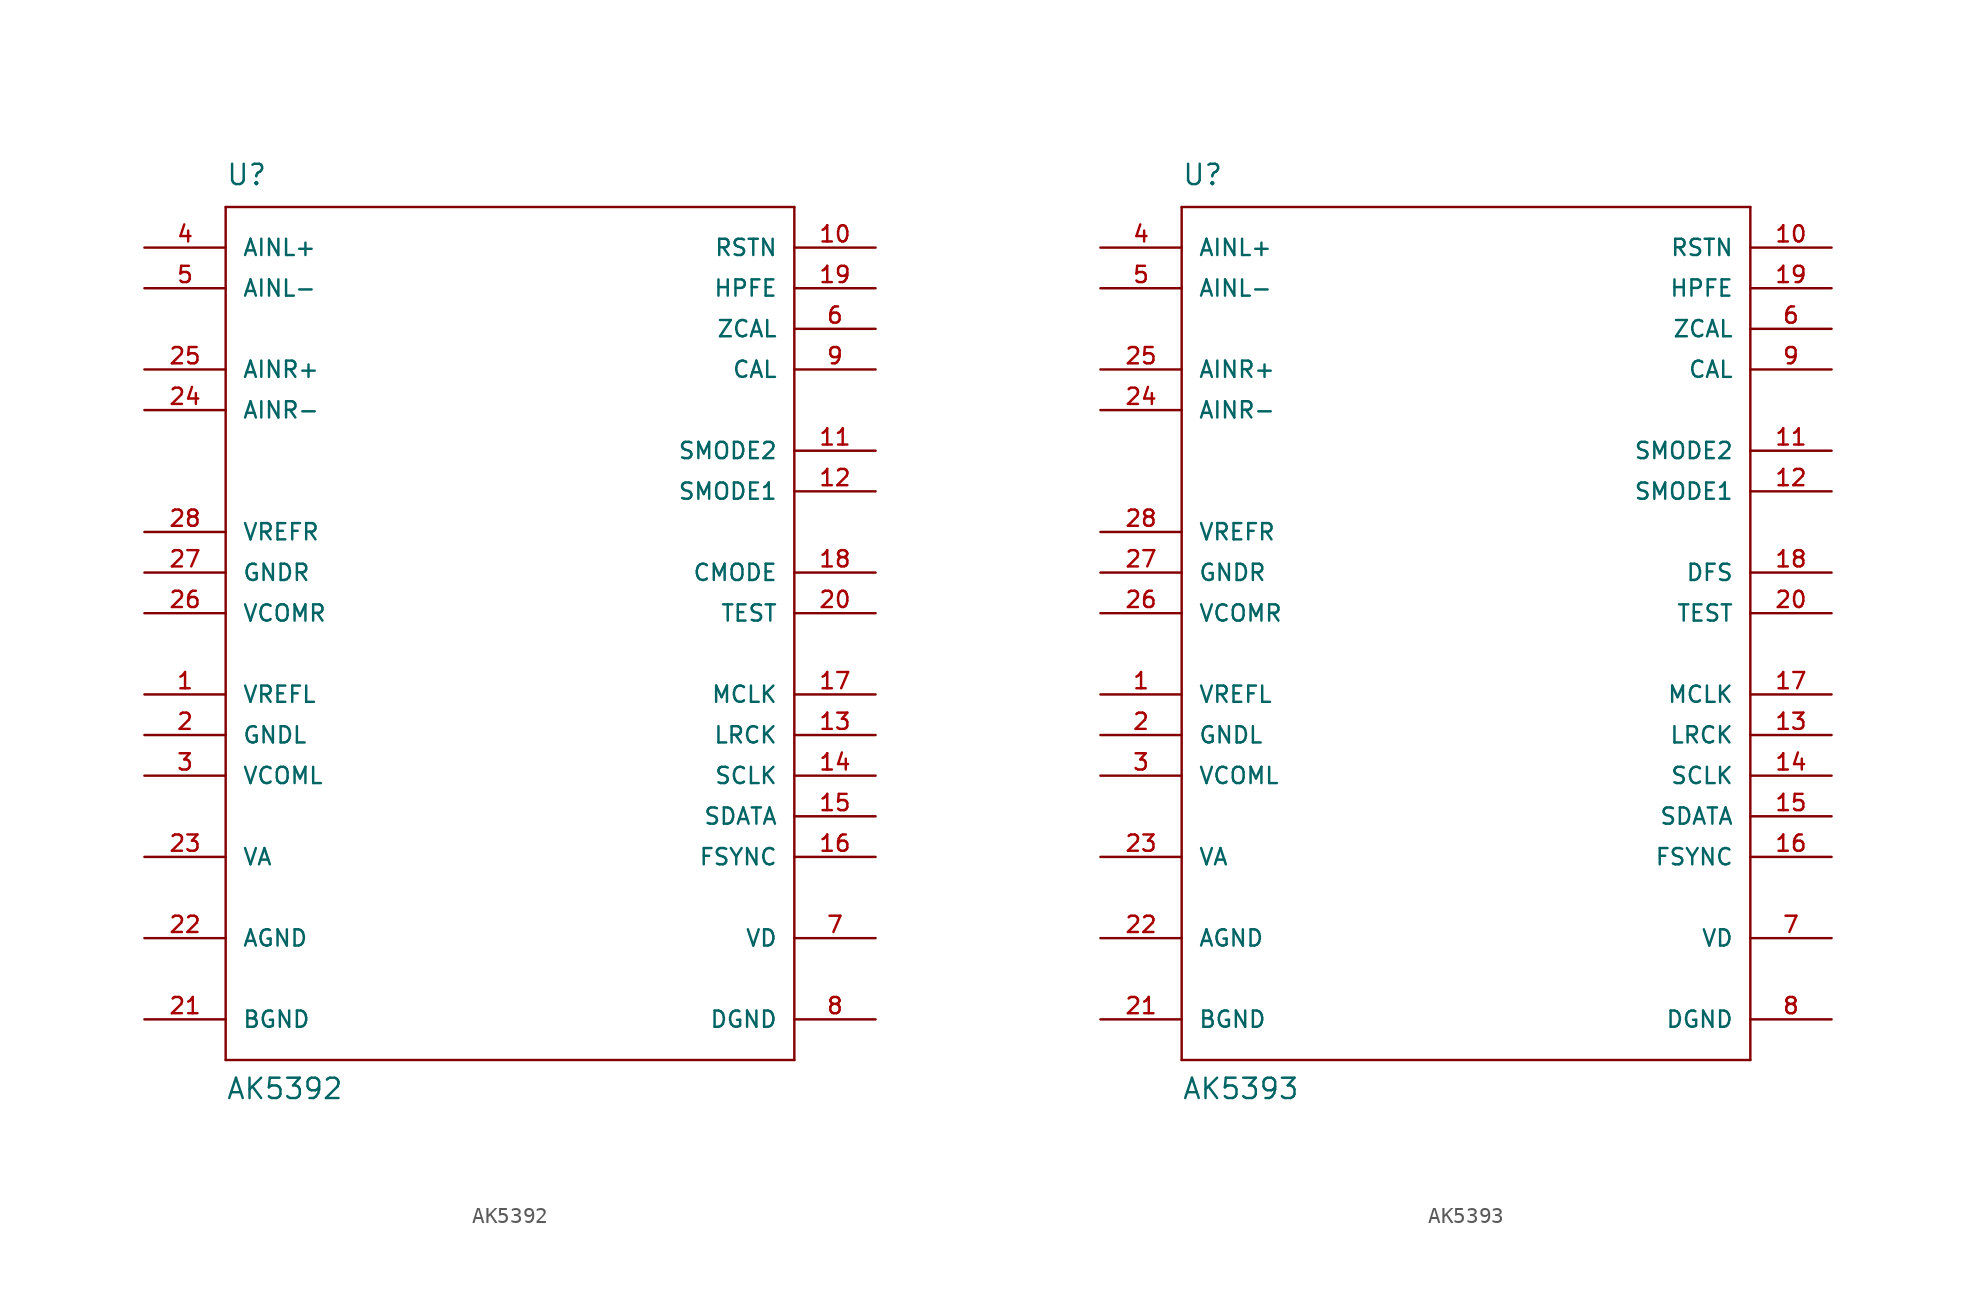
<source format=kicad_sym>
(kicad_symbol_lib
  (version 20211014)
  (generator kicad_symbol_editor)
  (symbol "AK5392"
    (pin_names
      (offset 1.016))
    (property "Reference" "U"
      (at -17.78 26.67 0)
      (effects (font (size 1.27 1.27)) (justify left bottom)))
    (property "Value" "AK5392"
      (at -17.78 -30.48 0)
      (effects (font (size 1.27 1.27)) (justify left bottom)))
    (property "ki_locked" ""
      (at 0 0 0)
      (effects (font (size 1.27 1.27))))
    (symbol "AK5392_1_0"
      (polyline (pts (xy -17.78 -27.94) (xy -17.78 25.4)) (stroke (width 0) (type default) (color 0 0 0 0)) (fill (type none)))
      (polyline (pts (xy -17.78 25.4) (xy 17.78 25.4)) (stroke (width 0) (type default) (color 0 0 0 0)) (fill (type none)))
      (polyline (pts (xy 17.78 -27.94) (xy -17.78 -27.94)) (stroke (width 0) (type default) (color 0 0 0 0)) (fill (type none)))
      (polyline (pts (xy 17.78 25.4) (xy 17.78 -27.94)) (stroke (width 0) (type default) (color 0 0 0 0)) (fill (type none))))
    (symbol "AK5392_1_1"
      (pin output line (at -22.86 -5.08 0) (length 5.08) (name "VREFL" (effects (font (size 1.016 1.016)))) (number "1" (effects (font (size 1.016 1.016)))))
      (pin input line (at 22.86 22.86 180) (length 5.08) (name "RSTN" (effects (font (size 1.016 1.016)))) (number "10" (effects (font (size 1.016 1.016)))))
      (pin input line (at 22.86 10.16 180) (length 5.08) (name "SMODE2" (effects (font (size 1.016 1.016)))) (number "11" (effects (font (size 1.016 1.016)))))
      (pin input line (at 22.86 7.62 180) (length 5.08) (name "SMODE1" (effects (font (size 1.016 1.016)))) (number "12" (effects (font (size 1.016 1.016)))))
      (pin bidirectional line (at 22.86 -7.62 180) (length 5.08) (name "LRCK" (effects (font (size 1.016 1.016)))) (number "13" (effects (font (size 1.016 1.016)))))
      (pin bidirectional line (at 22.86 -10.16 180) (length 5.08) (name "SCLK" (effects (font (size 1.016 1.016)))) (number "14" (effects (font (size 1.016 1.016)))))
      (pin output line (at 22.86 -12.7 180) (length 5.08) (name "SDATA" (effects (font (size 1.016 1.016)))) (number "15" (effects (font (size 1.016 1.016)))))
      (pin bidirectional line (at 22.86 -15.24 180) (length 5.08) (name "FSYNC" (effects (font (size 1.016 1.016)))) (number "16" (effects (font (size 1.016 1.016)))))
      (pin input line (at 22.86 -5.08 180) (length 5.08) (name "MCLK" (effects (font (size 1.016 1.016)))) (number "17" (effects (font (size 1.016 1.016)))))
      (pin input line (at 22.86 2.54 180) (length 5.08) (name "CMODE" (effects (font (size 1.016 1.016)))) (number "18" (effects (font (size 1.016 1.016)))))
      (pin input line (at 22.86 20.32 180) (length 5.08) (name "HPFE" (effects (font (size 1.016 1.016)))) (number "19" (effects (font (size 1.016 1.016)))))
      (pin passive line (at -22.86 -7.62 0) (length 5.08) (name "GNDL" (effects (font (size 1.016 1.016)))) (number "2" (effects (font (size 1.016 1.016)))))
      (pin input line (at 22.86 0 180) (length 5.08) (name "TEST" (effects (font (size 1.016 1.016)))) (number "20" (effects (font (size 1.016 1.016)))))
      (pin power_in line (at -22.86 -25.4 0) (length 5.08) (name "BGND" (effects (font (size 1.016 1.016)))) (number "21" (effects (font (size 1.016 1.016)))))
      (pin power_in line (at -22.86 -20.32 0) (length 5.08) (name "AGND" (effects (font (size 1.016 1.016)))) (number "22" (effects (font (size 1.016 1.016)))))
      (pin power_in line (at -22.86 -15.24 0) (length 5.08) (name "VA" (effects (font (size 1.016 1.016)))) (number "23" (effects (font (size 1.016 1.016)))))
      (pin input line (at -22.86 12.7 0) (length 5.08) (name "AINR-" (effects (font (size 1.016 1.016)))) (number "24" (effects (font (size 1.016 1.016)))))
      (pin input line (at -22.86 15.24 0) (length 5.08) (name "AINR+" (effects (font (size 1.016 1.016)))) (number "25" (effects (font (size 1.016 1.016)))))
      (pin output line (at -22.86 0 0) (length 5.08) (name "VCOMR" (effects (font (size 1.016 1.016)))) (number "26" (effects (font (size 1.016 1.016)))))
      (pin passive line (at -22.86 2.54 0) (length 5.08) (name "GNDR" (effects (font (size 1.016 1.016)))) (number "27" (effects (font (size 1.016 1.016)))))
      (pin output line (at -22.86 5.08 0) (length 5.08) (name "VREFR" (effects (font (size 1.016 1.016)))) (number "28" (effects (font (size 1.016 1.016)))))
      (pin output line (at -22.86 -10.16 0) (length 5.08) (name "VCOML" (effects (font (size 1.016 1.016)))) (number "3" (effects (font (size 1.016 1.016)))))
      (pin input line (at -22.86 22.86 0) (length 5.08) (name "AINL+" (effects (font (size 1.016 1.016)))) (number "4" (effects (font (size 1.016 1.016)))))
      (pin input line (at -22.86 20.32 0) (length 5.08) (name "AINL-" (effects (font (size 1.016 1.016)))) (number "5" (effects (font (size 1.016 1.016)))))
      (pin input line (at 22.86 17.78 180) (length 5.08) (name "ZCAL" (effects (font (size 1.016 1.016)))) (number "6" (effects (font (size 1.016 1.016)))))
      (pin power_in line (at 22.86 -20.32 180) (length 5.08) (name "VD" (effects (font (size 1.016 1.016)))) (number "7" (effects (font (size 1.016 1.016)))))
      (pin power_in line (at 22.86 -25.4 180) (length 5.08) (name "DGND" (effects (font (size 1.016 1.016)))) (number "8" (effects (font (size 1.016 1.016)))))
      (pin output line (at 22.86 15.24 180) (length 5.08) (name "CAL" (effects (font (size 1.016 1.016)))) (number "9" (effects (font (size 1.016 1.016)))))))
  (symbol "AK5393"
    (pin_names
      (offset 1.016))
    (property "Reference" "U"
      (at -17.78 26.67 0)
      (effects (font (size 1.27 1.27)) (justify left bottom)))
    (property "Value" "AK5393"
      (at -17.78 -30.48 0)
      (effects (font (size 1.27 1.27)) (justify left bottom)))
    (property "ki_locked" ""
      (at 0 0 0)
      (effects (font (size 1.27 1.27))))
    (symbol "AK5393_1_0"
      (polyline (pts (xy -17.78 -27.94) (xy -17.78 25.4)) (stroke (width 0) (type default) (color 0 0 0 0)) (fill (type none)))
      (polyline (pts (xy -17.78 25.4) (xy 17.78 25.4)) (stroke (width 0) (type default) (color 0 0 0 0)) (fill (type none)))
      (polyline (pts (xy 17.78 -27.94) (xy -17.78 -27.94)) (stroke (width 0) (type default) (color 0 0 0 0)) (fill (type none)))
      (polyline (pts (xy 17.78 25.4) (xy 17.78 -27.94)) (stroke (width 0) (type default) (color 0 0 0 0)) (fill (type none))))
    (symbol "AK5393_1_1"
      (pin output line (at -22.86 -5.08 0) (length 5.08) (name "VREFL" (effects (font (size 1.016 1.016)))) (number "1" (effects (font (size 1.016 1.016)))))
      (pin input line (at 22.86 22.86 180) (length 5.08) (name "RSTN" (effects (font (size 1.016 1.016)))) (number "10" (effects (font (size 1.016 1.016)))))
      (pin input line (at 22.86 10.16 180) (length 5.08) (name "SMODE2" (effects (font (size 1.016 1.016)))) (number "11" (effects (font (size 1.016 1.016)))))
      (pin input line (at 22.86 7.62 180) (length 5.08) (name "SMODE1" (effects (font (size 1.016 1.016)))) (number "12" (effects (font (size 1.016 1.016)))))
      (pin bidirectional line (at 22.86 -7.62 180) (length 5.08) (name "LRCK" (effects (font (size 1.016 1.016)))) (number "13" (effects (font (size 1.016 1.016)))))
      (pin bidirectional line (at 22.86 -10.16 180) (length 5.08) (name "SCLK" (effects (font (size 1.016 1.016)))) (number "14" (effects (font (size 1.016 1.016)))))
      (pin output line (at 22.86 -12.7 180) (length 5.08) (name "SDATA" (effects (font (size 1.016 1.016)))) (number "15" (effects (font (size 1.016 1.016)))))
      (pin bidirectional line (at 22.86 -15.24 180) (length 5.08) (name "FSYNC" (effects (font (size 1.016 1.016)))) (number "16" (effects (font (size 1.016 1.016)))))
      (pin input line (at 22.86 -5.08 180) (length 5.08) (name "MCLK" (effects (font (size 1.016 1.016)))) (number "17" (effects (font (size 1.016 1.016)))))
      (pin input line (at 22.86 2.54 180) (length 5.08) (name "DFS" (effects (font (size 1.016 1.016)))) (number "18" (effects (font (size 1.016 1.016)))))
      (pin input line (at 22.86 20.32 180) (length 5.08) (name "HPFE" (effects (font (size 1.016 1.016)))) (number "19" (effects (font (size 1.016 1.016)))))
      (pin passive line (at -22.86 -7.62 0) (length 5.08) (name "GNDL" (effects (font (size 1.016 1.016)))) (number "2" (effects (font (size 1.016 1.016)))))
      (pin input line (at 22.86 0 180) (length 5.08) (name "TEST" (effects (font (size 1.016 1.016)))) (number "20" (effects (font (size 1.016 1.016)))))
      (pin power_in line (at -22.86 -25.4 0) (length 5.08) (name "BGND" (effects (font (size 1.016 1.016)))) (number "21" (effects (font (size 1.016 1.016)))))
      (pin power_in line (at -22.86 -20.32 0) (length 5.08) (name "AGND" (effects (font (size 1.016 1.016)))) (number "22" (effects (font (size 1.016 1.016)))))
      (pin power_in line (at -22.86 -15.24 0) (length 5.08) (name "VA" (effects (font (size 1.016 1.016)))) (number "23" (effects (font (size 1.016 1.016)))))
      (pin input line (at -22.86 12.7 0) (length 5.08) (name "AINR-" (effects (font (size 1.016 1.016)))) (number "24" (effects (font (size 1.016 1.016)))))
      (pin input line (at -22.86 15.24 0) (length 5.08) (name "AINR+" (effects (font (size 1.016 1.016)))) (number "25" (effects (font (size 1.016 1.016)))))
      (pin output line (at -22.86 0 0) (length 5.08) (name "VCOMR" (effects (font (size 1.016 1.016)))) (number "26" (effects (font (size 1.016 1.016)))))
      (pin passive line (at -22.86 2.54 0) (length 5.08) (name "GNDR" (effects (font (size 1.016 1.016)))) (number "27" (effects (font (size 1.016 1.016)))))
      (pin output line (at -22.86 5.08 0) (length 5.08) (name "VREFR" (effects (font (size 1.016 1.016)))) (number "28" (effects (font (size 1.016 1.016)))))
      (pin output line (at -22.86 -10.16 0) (length 5.08) (name "VCOML" (effects (font (size 1.016 1.016)))) (number "3" (effects (font (size 1.016 1.016)))))
      (pin input line (at -22.86 22.86 0) (length 5.08) (name "AINL+" (effects (font (size 1.016 1.016)))) (number "4" (effects (font (size 1.016 1.016)))))
      (pin input line (at -22.86 20.32 0) (length 5.08) (name "AINL-" (effects (font (size 1.016 1.016)))) (number "5" (effects (font (size 1.016 1.016)))))
      (pin input line (at 22.86 17.78 180) (length 5.08) (name "ZCAL" (effects (font (size 1.016 1.016)))) (number "6" (effects (font (size 1.016 1.016)))))
      (pin power_in line (at 22.86 -20.32 180) (length 5.08) (name "VD" (effects (font (size 1.016 1.016)))) (number "7" (effects (font (size 1.016 1.016)))))
      (pin power_in line (at 22.86 -25.4 180) (length 5.08) (name "DGND" (effects (font (size 1.016 1.016)))) (number "8" (effects (font (size 1.016 1.016)))))
      (pin output line (at 22.86 15.24 180) (length 5.08) (name "CAL" (effects (font (size 1.016 1.016)))) (number "9" (effects (font (size 1.016 1.016))))))))
</source>
